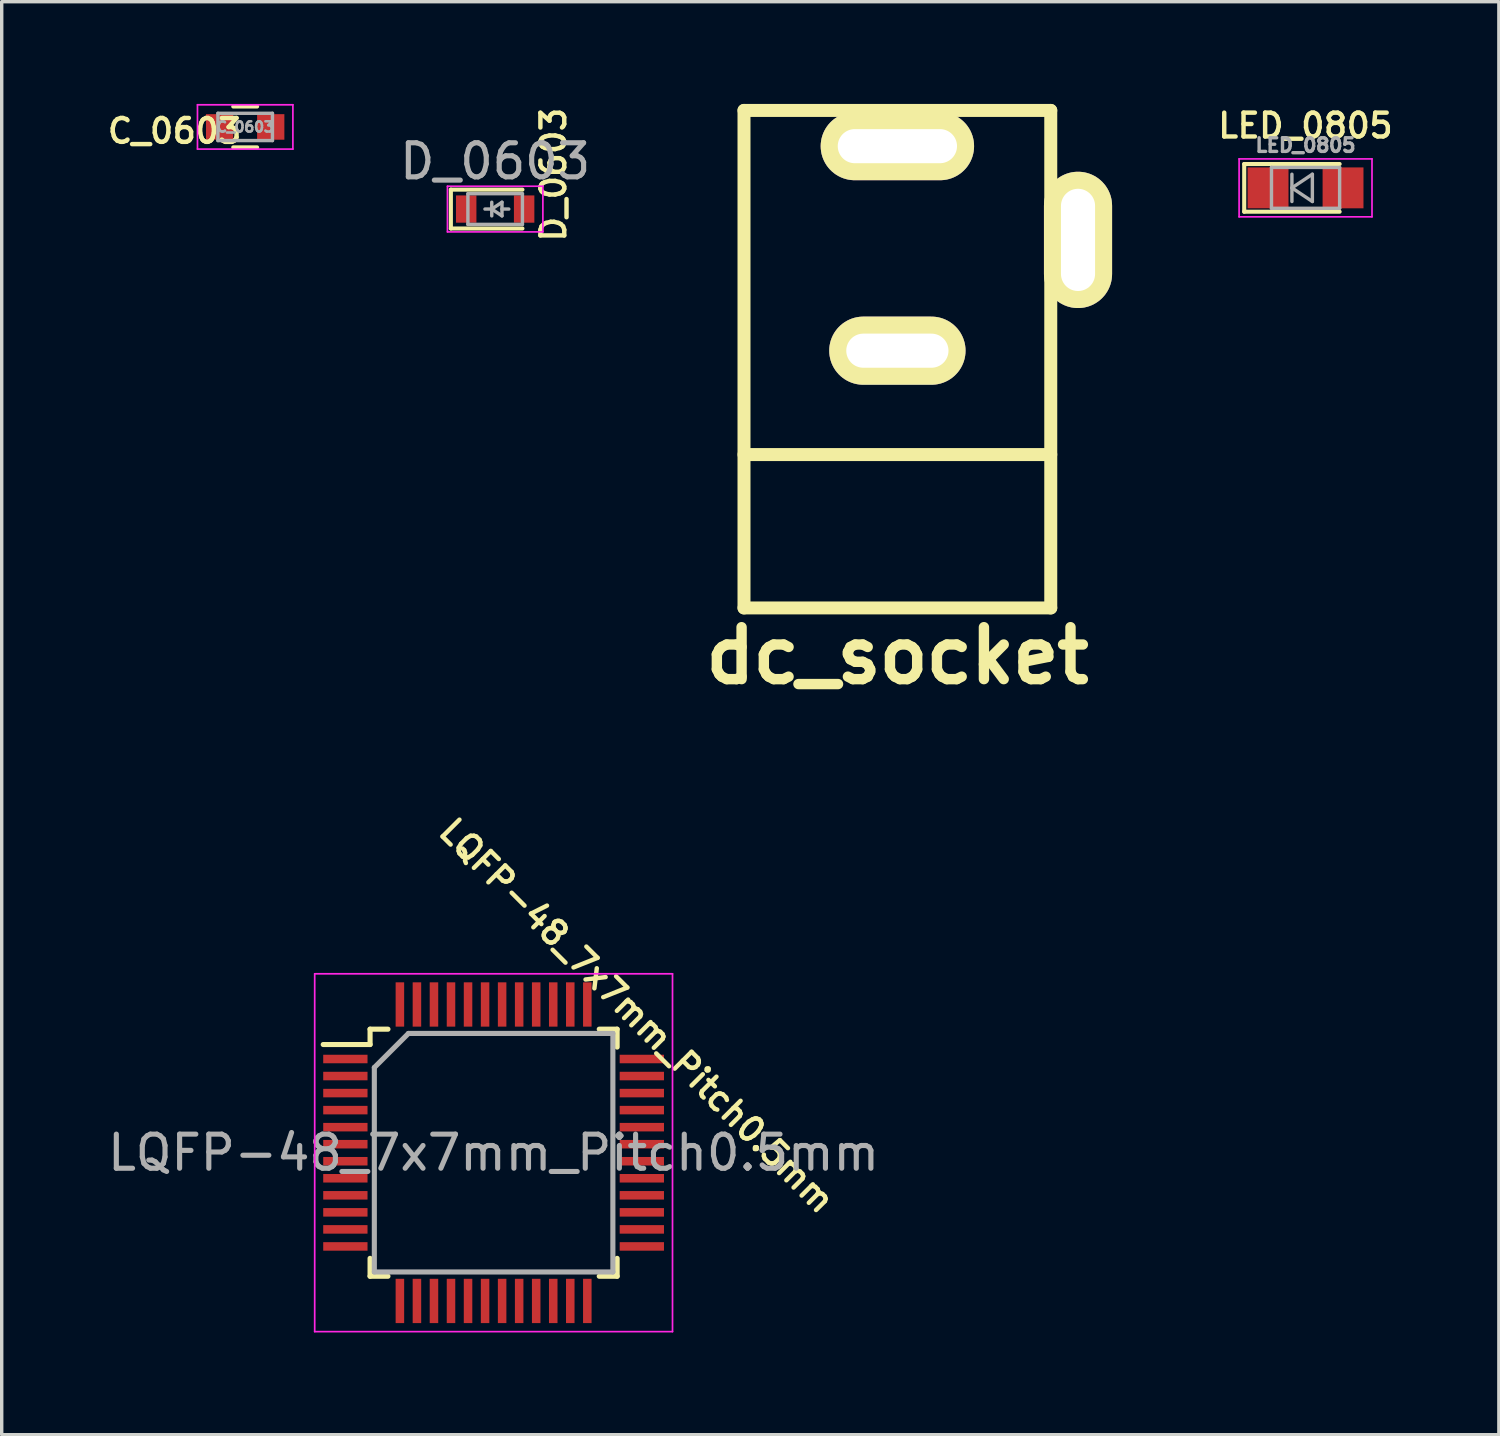
<source format=kicad_pcb>
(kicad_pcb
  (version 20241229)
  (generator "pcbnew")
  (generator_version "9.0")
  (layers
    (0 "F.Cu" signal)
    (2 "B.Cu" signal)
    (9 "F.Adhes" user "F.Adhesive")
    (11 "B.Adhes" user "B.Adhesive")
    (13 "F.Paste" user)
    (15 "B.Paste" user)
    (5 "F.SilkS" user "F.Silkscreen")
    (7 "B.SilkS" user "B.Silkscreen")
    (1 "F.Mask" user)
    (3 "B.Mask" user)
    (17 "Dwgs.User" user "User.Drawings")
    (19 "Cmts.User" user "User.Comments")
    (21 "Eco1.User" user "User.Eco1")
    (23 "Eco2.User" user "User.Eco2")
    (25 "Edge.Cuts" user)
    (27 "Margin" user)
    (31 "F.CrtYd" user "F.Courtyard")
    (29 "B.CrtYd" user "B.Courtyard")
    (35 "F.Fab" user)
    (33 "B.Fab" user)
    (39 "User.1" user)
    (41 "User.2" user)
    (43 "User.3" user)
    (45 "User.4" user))
  (footprint "C_0603"
    (layer "F.Cu")
    (at 4.145 0.675)
    (property "Reference" "C_0603" (at -2.07 0.12 0) (layer "F.SilkS") (effects (font (size 0.7 0.7) (thickness 0.13))))
    (attr smd)
    (fp_line (start -0.35 -0.6) (end 0.35 -0.6) (stroke (width 0.12) (type solid)) (layer "F.SilkS"))
    (fp_line (start 0.35 0.6) (end -0.35 0.6) (stroke (width 0.12) (type solid)) (layer "F.SilkS"))
    (fp_line (start -1.4 -0.65) (end -1.4 0.65) (stroke (width 0.05) (type solid)) (layer "F.CrtYd"))
    (fp_line (start -1.4 -0.65) (end 1.4 -0.65) (stroke (width 0.05) (type solid)) (layer "F.CrtYd"))
    (fp_line (start 1.4 0.65) (end -1.4 0.65) (stroke (width 0.05) (type solid)) (layer "F.CrtYd"))
    (fp_line (start 1.4 0.65) (end 1.4 -0.65) (stroke (width 0.05) (type solid)) (layer "F.CrtYd"))
    (fp_line (start -0.8 -0.4) (end 0.8 -0.4) (stroke (width 0.1) (type solid)) (layer "F.Fab"))
    (fp_line (start -0.8 0.4) (end -0.8 -0.4) (stroke (width 0.1) (type solid)) (layer "F.Fab"))
    (fp_line (start 0.8 -0.4) (end 0.8 0.4) (stroke (width 0.1) (type solid)) (layer "F.Fab"))
    (fp_line (start 0.8 0.4) (end -0.8 0.4) (stroke (width 0.1) (type solid)) (layer "F.Fab"))
    (fp_text user "${REFERENCE}" (at 0 0 0) (layer "F.Fab") (effects (font (size 0.3 0.3) (thickness 0.075))))
    (pad "1" smd rect (at -0.75 0) (size 0.8 0.75) (layers "F.Cu" "F.Mask" "F.Paste"))
    (pad "2" smd rect (at 0.75 0) (size 0.8 0.75) (layers "F.Cu" "F.Mask" "F.Paste")))
  (footprint "LQFP-48_7x7mm_Pitch0.5mm"
    (layer "F.Cu")
    (at 11.435 30.777)
    (property "Reference" "LQFP-48_7x7mm_Pitch0.5mm" (at 4.207 -4.023 135) (layer "F.SilkS") (effects (font (size 0.7 0.7) (thickness 0.13))))
    (attr smd)
    (fp_line (start -3.625 -3.625) (end -3.625 -3.175) (stroke (width 0.15) (type solid)) (layer "F.SilkS"))
    (fp_line (start -3.625 -3.625) (end -3.1 -3.625) (stroke (width 0.15) (type solid)) (layer "F.SilkS"))
    (fp_line (start -3.625 -3.175) (end -5 -3.175) (stroke (width 0.15) (type solid)) (layer "F.SilkS"))
    (fp_line (start -3.625 3.625) (end -3.625 3.1) (stroke (width 0.15) (type solid)) (layer "F.SilkS"))
    (fp_line (start -3.625 3.625) (end -3.1 3.625) (stroke (width 0.15) (type solid)) (layer "F.SilkS"))
    (fp_line (start 3.625 -3.625) (end 3.1 -3.625) (stroke (width 0.15) (type solid)) (layer "F.SilkS"))
    (fp_line (start 3.625 -3.625) (end 3.625 -3.1) (stroke (width 0.15) (type solid)) (layer "F.SilkS"))
    (fp_line (start 3.625 3.625) (end 3.1 3.625) (stroke (width 0.15) (type solid)) (layer "F.SilkS"))
    (fp_line (start 3.625 3.625) (end 3.625 3.1) (stroke (width 0.15) (type solid)) (layer "F.SilkS"))
    (fp_line (start -5.25 -5.25) (end -5.25 5.25) (stroke (width 0.05) (type solid)) (layer "F.CrtYd"))
    (fp_line (start -5.25 -5.25) (end 5.25 -5.25) (stroke (width 0.05) (type solid)) (layer "F.CrtYd"))
    (fp_line (start -5.25 5.25) (end 5.25 5.25) (stroke (width 0.05) (type solid)) (layer "F.CrtYd"))
    (fp_line (start 5.25 -5.25) (end 5.25 5.25) (stroke (width 0.05) (type solid)) (layer "F.CrtYd"))
    (fp_line (start -3.5 -2.5) (end -2.5 -3.5) (stroke (width 0.15) (type solid)) (layer "F.Fab"))
    (fp_line (start -3.5 3.5) (end -3.5 -2.5) (stroke (width 0.15) (type solid)) (layer "F.Fab"))
    (fp_line (start -2.5 -3.5) (end 3.5 -3.5) (stroke (width 0.15) (type solid)) (layer "F.Fab"))
    (fp_line (start 3.5 -3.5) (end 3.5 3.5) (stroke (width 0.15) (type solid)) (layer "F.Fab"))
    (fp_line (start 3.5 3.5) (end -3.5 3.5) (stroke (width 0.15) (type solid)) (layer "F.Fab"))
    (fp_text user "${REFERENCE}" (at 0 0 0) (layer "F.Fab") (effects (font (size 1 1) (thickness 0.15))))
    (pad "1" smd rect (at -4.35 -2.75) (size 1.3 0.25) (layers "F.Cu" "F.Mask" "F.Paste"))
    (pad "2" smd rect (at -4.35 -2.25) (size 1.3 0.25) (layers "F.Cu" "F.Mask" "F.Paste"))
    (pad "3" smd rect (at -4.35 -1.75) (size 1.3 0.25) (layers "F.Cu" "F.Mask" "F.Paste"))
    (pad "4" smd rect (at -4.35 -1.25) (size 1.3 0.25) (layers "F.Cu" "F.Mask" "F.Paste"))
    (pad "5" smd rect (at -4.35 -0.75) (size 1.3 0.25) (layers "F.Cu" "F.Mask" "F.Paste"))
    (pad "6" smd rect (at -4.35 -0.25) (size 1.3 0.25) (layers "F.Cu" "F.Mask" "F.Paste"))
    (pad "7" smd rect (at -4.35 0.25) (size 1.3 0.25) (layers "F.Cu" "F.Mask" "F.Paste"))
    (pad "8" smd rect (at -4.35 0.75) (size 1.3 0.25) (layers "F.Cu" "F.Mask" "F.Paste"))
    (pad "9" smd rect (at -4.35 1.25) (size 1.3 0.25) (layers "F.Cu" "F.Mask" "F.Paste"))
    (pad "10" smd rect (at -4.35 1.75) (size 1.3 0.25) (layers "F.Cu" "F.Mask" "F.Paste"))
    (pad "11" smd rect (at -4.35 2.25) (size 1.3 0.25) (layers "F.Cu" "F.Mask" "F.Paste"))
    (pad "12" smd rect (at -4.35 2.75) (size 1.3 0.25) (layers "F.Cu" "F.Mask" "F.Paste"))
    (pad "13" smd rect (at -2.75 4.35 90) (size 1.3 0.25) (layers "F.Cu" "F.Mask" "F.Paste"))
    (pad "14" smd rect (at -2.25 4.35 90) (size 1.3 0.25) (layers "F.Cu" "F.Mask" "F.Paste"))
    (pad "15" smd rect (at -1.75 4.35 90) (size 1.3 0.25) (layers "F.Cu" "F.Mask" "F.Paste"))
    (pad "16" smd rect (at -1.25 4.35 90) (size 1.3 0.25) (layers "F.Cu" "F.Mask" "F.Paste"))
    (pad "17" smd rect (at -0.75 4.35 90) (size 1.3 0.25) (layers "F.Cu" "F.Mask" "F.Paste"))
    (pad "18" smd rect (at -0.25 4.35 90) (size 1.3 0.25) (layers "F.Cu" "F.Mask" "F.Paste"))
    (pad "19" smd rect (at 0.25 4.35 90) (size 1.3 0.25) (layers "F.Cu" "F.Mask" "F.Paste"))
    (pad "20" smd rect (at 0.75 4.35 90) (size 1.3 0.25) (layers "F.Cu" "F.Mask" "F.Paste"))
    (pad "21" smd rect (at 1.25 4.35 90) (size 1.3 0.25) (layers "F.Cu" "F.Mask" "F.Paste"))
    (pad "22" smd rect (at 1.75 4.35 90) (size 1.3 0.25) (layers "F.Cu" "F.Mask" "F.Paste"))
    (pad "23" smd rect (at 2.25 4.35 90) (size 1.3 0.25) (layers "F.Cu" "F.Mask" "F.Paste"))
    (pad "24" smd rect (at 2.75 4.35 90) (size 1.3 0.25) (layers "F.Cu" "F.Mask" "F.Paste"))
    (pad "25" smd rect (at 4.35 2.75) (size 1.3 0.25) (layers "F.Cu" "F.Mask" "F.Paste"))
    (pad "26" smd rect (at 4.35 2.25) (size 1.3 0.25) (layers "F.Cu" "F.Mask" "F.Paste"))
    (pad "27" smd rect (at 4.35 1.75) (size 1.3 0.25) (layers "F.Cu" "F.Mask" "F.Paste"))
    (pad "28" smd rect (at 4.35 1.25) (size 1.3 0.25) (layers "F.Cu" "F.Mask" "F.Paste"))
    (pad "29" smd rect (at 4.35 0.75) (size 1.3 0.25) (layers "F.Cu" "F.Mask" "F.Paste"))
    (pad "30" smd rect (at 4.35 0.25) (size 1.3 0.25) (layers "F.Cu" "F.Mask" "F.Paste"))
    (pad "31" smd rect (at 4.35 -0.25) (size 1.3 0.25) (layers "F.Cu" "F.Mask" "F.Paste"))
    (pad "32" smd rect (at 4.35 -0.75) (size 1.3 0.25) (layers "F.Cu" "F.Mask" "F.Paste"))
    (pad "33" smd rect (at 4.35 -1.25) (size 1.3 0.25) (layers "F.Cu" "F.Mask" "F.Paste"))
    (pad "34" smd rect (at 4.35 -1.75) (size 1.3 0.25) (layers "F.Cu" "F.Mask" "F.Paste"))
    (pad "35" smd rect (at 4.35 -2.25) (size 1.3 0.25) (layers "F.Cu" "F.Mask" "F.Paste"))
    (pad "36" smd rect (at 4.35 -2.75) (size 1.3 0.25) (layers "F.Cu" "F.Mask" "F.Paste"))
    (pad "37" smd rect (at 2.75 -4.35 90) (size 1.3 0.25) (layers "F.Cu" "F.Mask" "F.Paste"))
    (pad "38" smd rect (at 2.25 -4.35 90) (size 1.3 0.25) (layers "F.Cu" "F.Mask" "F.Paste"))
    (pad "39" smd rect (at 1.75 -4.35 90) (size 1.3 0.25) (layers "F.Cu" "F.Mask" "F.Paste"))
    (pad "40" smd rect (at 1.25 -4.35 90) (size 1.3 0.25) (layers "F.Cu" "F.Mask" "F.Paste"))
    (pad "41" smd rect (at 0.75 -4.35 90) (size 1.3 0.25) (layers "F.Cu" "F.Mask" "F.Paste"))
    (pad "42" smd rect (at 0.25 -4.35 90) (size 1.3 0.25) (layers "F.Cu" "F.Mask" "F.Paste"))
    (pad "43" smd rect (at -0.25 -4.35 90) (size 1.3 0.25) (layers "F.Cu" "F.Mask" "F.Paste"))
    (pad "44" smd rect (at -0.75 -4.35 90) (size 1.3 0.25) (layers "F.Cu" "F.Mask" "F.Paste"))
    (pad "45" smd rect (at -1.25 -4.35 90) (size 1.3 0.25) (layers "F.Cu" "F.Mask" "F.Paste"))
    (pad "46" smd rect (at -1.75 -4.35 90) (size 1.3 0.25) (layers "F.Cu" "F.Mask" "F.Paste"))
    (pad "47" smd rect (at -2.25 -4.35 90) (size 1.3 0.25) (layers "F.Cu" "F.Mask" "F.Paste"))
    (pad "48" smd rect (at -2.75 -4.35 90) (size 1.3 0.25) (layers "F.Cu" "F.Mask" "F.Paste")))
  (footprint "LED_0805"
    (layer "F.Cu")
    (at 35.262 2.463)
    (property "Reference" "LED_0805" (at -0.003 -1.825 0) (layer "F.SilkS") (effects (font (size 0.7 0.7) (thickness 0.13))))
    (attr smd)
    (fp_line (start -1.8 -0.7) (end -1.8 0.7) (stroke (width 0.12) (type solid)) (layer "F.SilkS"))
    (fp_line (start -1.8 -0.7) (end 1 -0.7) (stroke (width 0.12) (type solid)) (layer "F.SilkS"))
    (fp_line (start -1.8 0.7) (end 1 0.7) (stroke (width 0.12) (type solid)) (layer "F.SilkS"))
    (fp_line (start -1.95 -0.85) (end 1.95 -0.85) (stroke (width 0.05) (type solid)) (layer "F.CrtYd"))
    (fp_line (start -1.95 0.85) (end -1.95 -0.85) (stroke (width 0.05) (type solid)) (layer "F.CrtYd"))
    (fp_line (start 1.95 -0.85) (end 1.95 0.85) (stroke (width 0.05) (type solid)) (layer "F.CrtYd"))
    (fp_line (start 1.95 0.85) (end -1.95 0.85) (stroke (width 0.05) (type solid)) (layer "F.CrtYd"))
    (fp_line (start -1 -0.6) (end 1 -0.6) (stroke (width 0.1) (type solid)) (layer "F.Fab"))
    (fp_line (start -1 0.6) (end -1 -0.6) (stroke (width 0.1) (type solid)) (layer "F.Fab"))
    (fp_line (start -0.4 -0.4) (end -0.4 0.4) (stroke (width 0.1) (type solid)) (layer "F.Fab"))
    (fp_line (start -0.4 0) (end 0.2 -0.4) (stroke (width 0.1) (type solid)) (layer "F.Fab"))
    (fp_line (start 0.2 -0.4) (end 0.2 0.4) (stroke (width 0.1) (type solid)) (layer "F.Fab"))
    (fp_line (start 0.2 0.4) (end -0.4 0) (stroke (width 0.1) (type solid)) (layer "F.Fab"))
    (fp_line (start 1 -0.6) (end 1 0.6) (stroke (width 0.1) (type solid)) (layer "F.Fab"))
    (fp_line (start 1 0.6) (end -1 0.6) (stroke (width 0.1) (type solid)) (layer "F.Fab"))
    (fp_text user "${REFERENCE}" (at 0 -1.25 0) (layer "F.Fab") (effects (font (size 0.4 0.4) (thickness 0.1))))
    (pad "1" smd rect (at -1.1 0 180) (size 1.2 1.2) (layers "F.Cu" "F.Mask" "F.Paste"))
    (pad "2" smd rect (at 1.1 0 180) (size 1.2 1.2) (layers "F.Cu" "F.Mask" "F.Paste")))
  (footprint "dc_socket"
    (layer "F.Cu")
    (at 23.284 7.49)
    (property "Reference" "dc_socket" (at 0 8.7 0) (layer "F.SilkS") (effects (font (size 1.524 1.524) (thickness 0.305))))
    (attr through_hole)
    (fp_line (start -4.501 -7.3) (end -4.501 7.3) (stroke (width 0.381) (type solid)) (layer "F.SilkS"))
    (fp_line (start -4.501 2.799) (end 4.501 2.799) (stroke (width 0.381) (type solid)) (layer "F.SilkS"))
    (fp_line (start -4.501 7.3) (end 4.501 7.3) (stroke (width 0.381) (type solid)) (layer "F.SilkS"))
    (fp_line (start 4.501 -7.3) (end -4.501 -7.3) (stroke (width 0.381) (type solid)) (layer "F.SilkS"))
    (fp_line (start 4.501 7.3) (end 4.501 -7.3) (stroke (width 0.381) (type solid)) (layer "F.SilkS"))
    (pad "1" thru_hole oval (at 0 -6.251) (size 4.501 1.999) (drill oval 3.5 1.001) (layers "*.Cu" "*.Mask" "F.SilkS"))
    (pad "2" thru_hole oval (at 0 -0.249) (size 4 1.999) (drill oval 3 1.001) (layers "*.Cu" "*.Mask" "F.SilkS"))
    (pad "MP" thru_hole oval (at 5.301 -3.5) (size 1.999 4) (drill oval 1.001 3) (layers "*.Cu" "*.Mask" "F.SilkS")))
  (footprint "D_0603"
    (layer "F.Cu")
    (at 11.481 3.085)
    (property "Reference" "D_0603" (at 1.71 -1.01 90) (layer "F.SilkS") (effects (font (size 0.7 0.7) (thickness 0.13))))
    (attr smd)
    (fp_line (start -1.3 -0.57) (end -1.3 0.57) (stroke (width 0.12) (type solid)) (layer "F.SilkS"))
    (fp_line (start -1.3 -0.57) (end 0.8 -0.57) (stroke (width 0.12) (type solid)) (layer "F.SilkS"))
    (fp_line (start -1.3 0.57) (end 0.8 0.57) (stroke (width 0.12) (type solid)) (layer "F.SilkS"))
    (fp_line (start -1.4 -0.67) (end -1.4 0.67) (stroke (width 0.05) (type solid)) (layer "F.CrtYd"))
    (fp_line (start -1.4 0.67) (end 1.4 0.67) (stroke (width 0.05) (type solid)) (layer "F.CrtYd"))
    (fp_line (start 1.4 -0.67) (end -1.4 -0.67) (stroke (width 0.05) (type solid)) (layer "F.CrtYd"))
    (fp_line (start 1.4 0.67) (end 1.4 -0.67) (stroke (width 0.05) (type solid)) (layer "F.CrtYd"))
    (fp_line (start -0.8 -0.45) (end 0.8 -0.45) (stroke (width 0.1) (type solid)) (layer "F.Fab"))
    (fp_line (start -0.8 0.45) (end -0.8 -0.45) (stroke (width 0.1) (type solid)) (layer "F.Fab"))
    (fp_line (start -0.1 -0.2) (end -0.1 0.2) (stroke (width 0.1) (type solid)) (layer "F.Fab"))
    (fp_line (start -0.1 0) (end -0.3 0) (stroke (width 0.1) (type solid)) (layer "F.Fab"))
    (fp_line (start -0.1 0) (end 0.2 0.2) (stroke (width 0.1) (type solid)) (layer "F.Fab"))
    (fp_line (start 0.2 -0.2) (end -0.1 0) (stroke (width 0.1) (type solid)) (layer "F.Fab"))
    (fp_line (start 0.2 0) (end 0.4 0) (stroke (width 0.1) (type solid)) (layer "F.Fab"))
    (fp_line (start 0.2 0.2) (end 0.2 -0.2) (stroke (width 0.1) (type solid)) (layer "F.Fab"))
    (fp_line (start 0.8 -0.45) (end 0.8 0.45) (stroke (width 0.1) (type solid)) (layer "F.Fab"))
    (fp_line (start 0.8 0.45) (end -0.8 0.45) (stroke (width 0.1) (type solid)) (layer "F.Fab"))
    (fp_text user "${REFERENCE}" (at 0 -1.4 0) (layer "F.Fab") (effects (font (size 1 1) (thickness 0.15))))
    (pad "1" smd rect (at -0.85 0) (size 0.6 0.8) (layers "F.Cu" "F.Mask" "F.Paste"))
    (pad "2" smd rect (at 0.85 0) (size 0.6 0.8) (layers "F.Cu" "F.Mask" "F.Paste")))
  (gr_rect
    (start -3 -3)
    (end 40.935 39.052)
    (stroke (width 0.1) (type default))
    (fill no)
    (layer "Edge.Cuts")))
</source>
